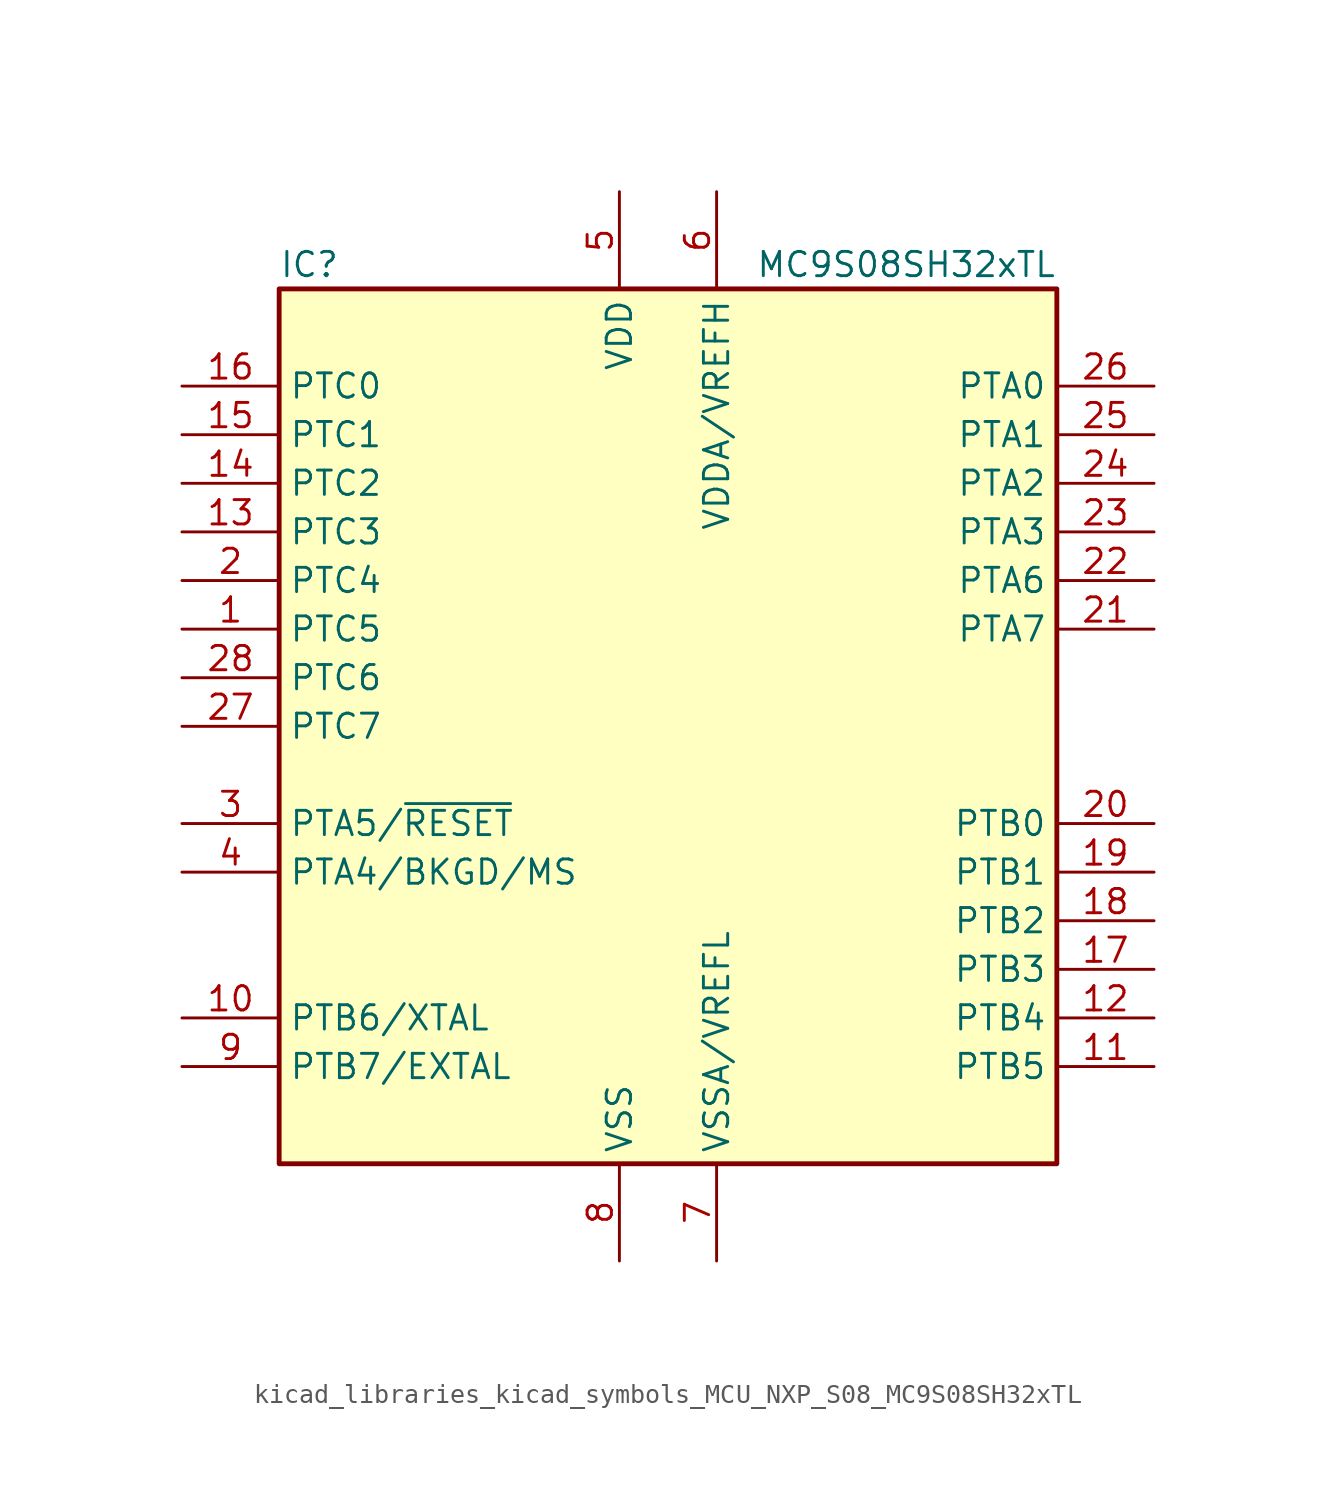
<source format=kicad_sym>
(kicad_symbol_lib
  (version 20220914)
  (generator kicad_symbol_editor)
  (symbol "kicad_libraries_kicad_symbols_MCU_NXP_S08_MC9S08SH32xTL"
    (property "Reference" "IC"
      (at -20.32 24.13 0)
      (effects (font (size 1.27 1.27)) (justify left)))
    (property "Value" "MC9S08SH32xTL"
      (at 20.32 24.13 0)
      (effects (font (size 1.27 1.27)) (justify right)))
    (symbol "kicad_libraries_kicad_symbols_MCU_NXP_S08_MC9S08SH32xTL_0_1"
      (rectangle (start -20.32 22.86) (end 20.32 -22.86) (stroke (width 0.254) (type default)) (fill (type background))))
    (symbol "kicad_libraries_kicad_symbols_MCU_NXP_S08_MC9S08SH32xTL_1_1"
      (pin bidirectional line (at -25.4 5.08 0) (length 5.08) (name "PTC5" (effects (font (size 1.27 1.27)))) (number "1" (effects (font (size 1.27 1.27)))))
      (pin bidirectional line (at -25.4 -15.24 0) (length 5.08) (name "PTB6/XTAL" (effects (font (size 1.27 1.27)))) (number "10" (effects (font (size 1.27 1.27)))))
      (pin bidirectional line (at 25.4 -17.78 180) (length 5.08) (name "PTB5" (effects (font (size 1.27 1.27)))) (number "11" (effects (font (size 1.27 1.27)))))
      (pin bidirectional line (at 25.4 -15.24 180) (length 5.08) (name "PTB4" (effects (font (size 1.27 1.27)))) (number "12" (effects (font (size 1.27 1.27)))))
      (pin bidirectional line (at -25.4 10.16 0) (length 5.08) (name "PTC3" (effects (font (size 1.27 1.27)))) (number "13" (effects (font (size 1.27 1.27)))))
      (pin bidirectional line (at -25.4 12.7 0) (length 5.08) (name "PTC2" (effects (font (size 1.27 1.27)))) (number "14" (effects (font (size 1.27 1.27)))))
      (pin bidirectional line (at -25.4 15.24 0) (length 5.08) (name "PTC1" (effects (font (size 1.27 1.27)))) (number "15" (effects (font (size 1.27 1.27)))))
      (pin bidirectional line (at -25.4 17.78 0) (length 5.08) (name "PTC0" (effects (font (size 1.27 1.27)))) (number "16" (effects (font (size 1.27 1.27)))))
      (pin bidirectional line (at 25.4 -12.7 180) (length 5.08) (name "PTB3" (effects (font (size 1.27 1.27)))) (number "17" (effects (font (size 1.27 1.27)))))
      (pin bidirectional line (at 25.4 -10.16 180) (length 5.08) (name "PTB2" (effects (font (size 1.27 1.27)))) (number "18" (effects (font (size 1.27 1.27)))))
      (pin bidirectional line (at 25.4 -7.62 180) (length 5.08) (name "PTB1" (effects (font (size 1.27 1.27)))) (number "19" (effects (font (size 1.27 1.27)))))
      (pin bidirectional line (at -25.4 7.62 0) (length 5.08) (name "PTC4" (effects (font (size 1.27 1.27)))) (number "2" (effects (font (size 1.27 1.27)))))
      (pin bidirectional line (at 25.4 -5.08 180) (length 5.08) (name "PTB0" (effects (font (size 1.27 1.27)))) (number "20" (effects (font (size 1.27 1.27)))))
      (pin bidirectional line (at 25.4 5.08 180) (length 5.08) (name "PTA7" (effects (font (size 1.27 1.27)))) (number "21" (effects (font (size 1.27 1.27)))))
      (pin bidirectional line (at 25.4 7.62 180) (length 5.08) (name "PTA6" (effects (font (size 1.27 1.27)))) (number "22" (effects (font (size 1.27 1.27)))))
      (pin bidirectional line (at 25.4 10.16 180) (length 5.08) (name "PTA3" (effects (font (size 1.27 1.27)))) (number "23" (effects (font (size 1.27 1.27)))))
      (pin bidirectional line (at 25.4 12.7 180) (length 5.08) (name "PTA2" (effects (font (size 1.27 1.27)))) (number "24" (effects (font (size 1.27 1.27)))))
      (pin bidirectional line (at 25.4 15.24 180) (length 5.08) (name "PTA1" (effects (font (size 1.27 1.27)))) (number "25" (effects (font (size 1.27 1.27)))))
      (pin bidirectional line (at 25.4 17.78 180) (length 5.08) (name "PTA0" (effects (font (size 1.27 1.27)))) (number "26" (effects (font (size 1.27 1.27)))))
      (pin bidirectional line (at -25.4 0 0) (length 5.08) (name "PTC7" (effects (font (size 1.27 1.27)))) (number "27" (effects (font (size 1.27 1.27)))))
      (pin bidirectional line (at -25.4 2.54 0) (length 5.08) (name "PTC6" (effects (font (size 1.27 1.27)))) (number "28" (effects (font (size 1.27 1.27)))))
      (pin bidirectional line (at -25.4 -5.08 0) (length 5.08) (name "PTA5/~{RESET}" (effects (font (size 1.27 1.27)))) (number "3" (effects (font (size 1.27 1.27)))))
      (pin bidirectional line (at -25.4 -7.62 0) (length 5.08) (name "PTA4/BKGD/MS" (effects (font (size 1.27 1.27)))) (number "4" (effects (font (size 1.27 1.27)))))
      (pin power_in line (at -2.54 27.94 270) (length 5.08) (name "VDD" (effects (font (size 1.27 1.27)))) (number "5" (effects (font (size 1.27 1.27)))))
      (pin power_in line (at 2.54 27.94 270) (length 5.08) (name "VDDA/VREFH" (effects (font (size 1.27 1.27)))) (number "6" (effects (font (size 1.27 1.27)))))
      (pin power_in line (at 2.54 -27.94 90) (length 5.08) (name "VSSA/VREFL" (effects (font (size 1.27 1.27)))) (number "7" (effects (font (size 1.27 1.27)))))
      (pin power_in line (at -2.54 -27.94 90) (length 5.08) (name "VSS" (effects (font (size 1.27 1.27)))) (number "8" (effects (font (size 1.27 1.27)))))
      (pin bidirectional line (at -25.4 -17.78 0) (length 5.08) (name "PTB7/EXTAL" (effects (font (size 1.27 1.27)))) (number "9" (effects (font (size 1.27 1.27))))))))
</source>
